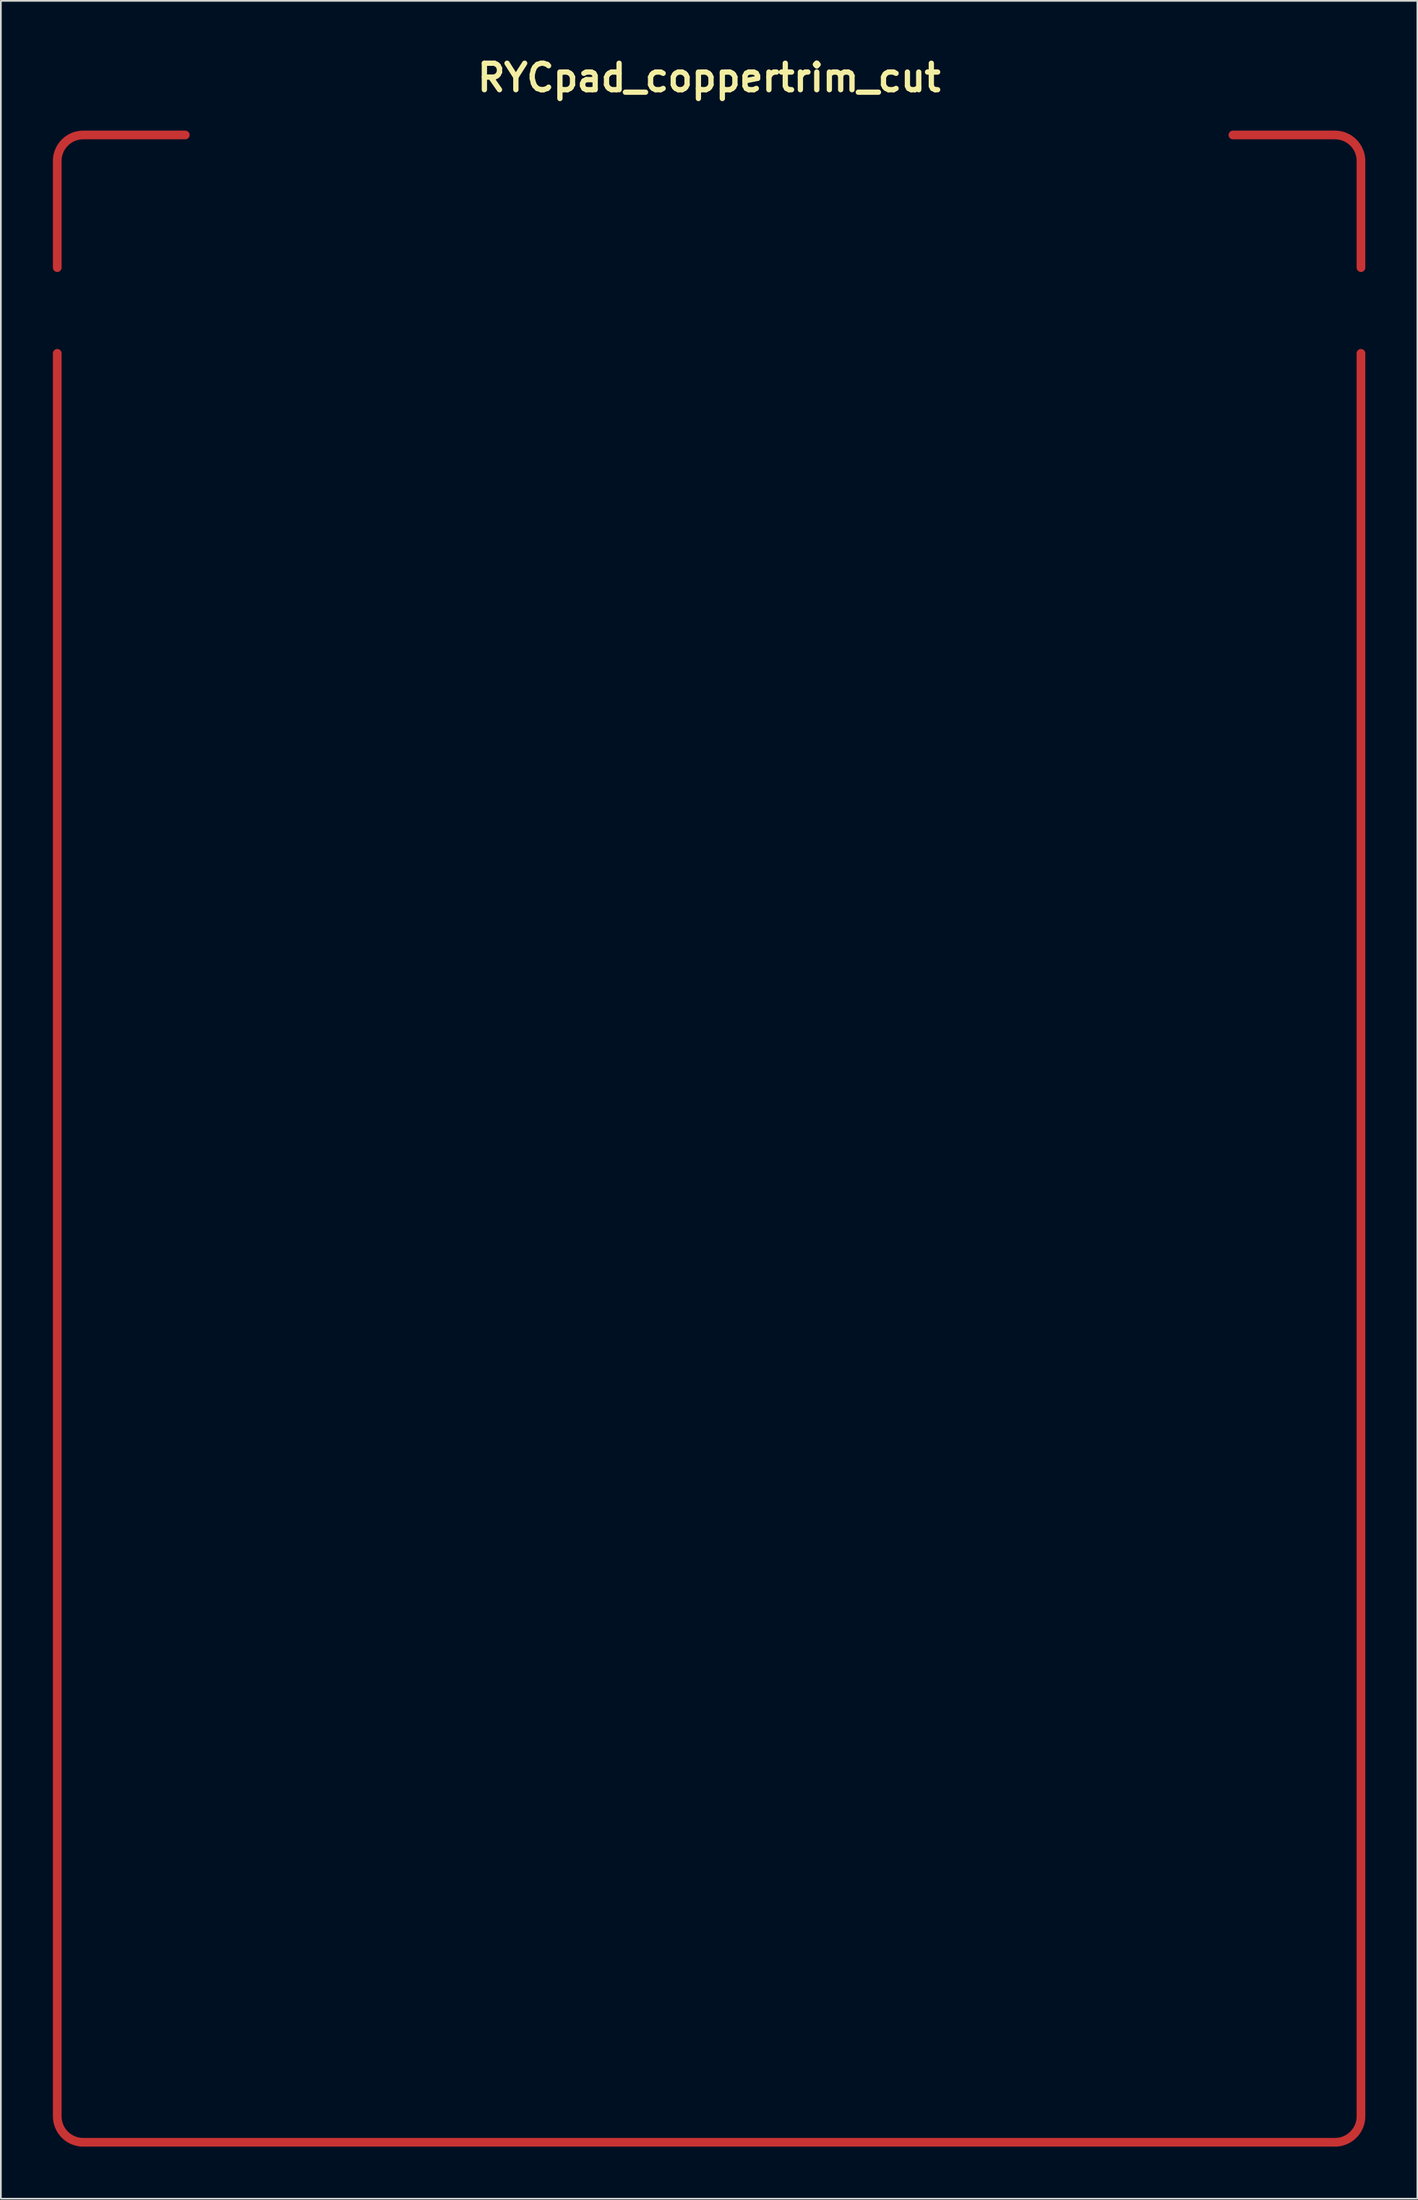
<source format=kicad_pcb>
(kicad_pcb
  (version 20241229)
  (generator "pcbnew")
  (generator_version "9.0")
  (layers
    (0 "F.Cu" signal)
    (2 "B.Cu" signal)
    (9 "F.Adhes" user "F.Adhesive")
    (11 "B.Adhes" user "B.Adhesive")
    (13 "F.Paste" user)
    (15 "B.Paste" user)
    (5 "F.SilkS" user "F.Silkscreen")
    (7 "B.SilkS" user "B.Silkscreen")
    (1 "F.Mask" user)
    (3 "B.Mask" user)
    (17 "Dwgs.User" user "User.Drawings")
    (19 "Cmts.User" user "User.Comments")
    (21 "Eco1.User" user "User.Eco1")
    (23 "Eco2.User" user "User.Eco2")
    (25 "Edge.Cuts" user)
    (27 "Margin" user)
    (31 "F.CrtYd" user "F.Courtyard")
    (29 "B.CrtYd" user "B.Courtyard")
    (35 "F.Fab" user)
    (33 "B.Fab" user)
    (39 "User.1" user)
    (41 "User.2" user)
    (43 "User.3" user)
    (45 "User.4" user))
  (footprint "RYCpad_coppertrim_cut"
    (layer "F.Cu")
    (at 37.825 62.54)
    (property "Reference" "RYCpad_coppertrim_cut" (at 0 -61.113 0) (layer "F.SilkS") (effects (font (size 1.524 1.524) (thickness 0.305))))
    (attr exclude_from_pos_files exclude_from_bom)
    (fp_poly (pts (xy -36.075 -58.065) (xy -36.1 -58.065) (xy -36.124 -58.064) (xy -36.149 -58.063) (xy -36.173 -58.062) (xy -36.198 -58.061) (xy -36.222 -58.059) (xy -36.247 -58.057) (xy -36.271 -58.054) (xy -36.295 -58.051) (xy -36.32 -58.048) (xy -36.344 -58.044) (xy -36.368 -58.04) (xy -36.392 -58.036) (xy -36.417 -58.031) (xy -36.442 -58.026) (xy -36.468 -58.02) (xy -36.494 -58.014) (xy -36.52 -58.008) (xy -36.545 -58.001) (xy -36.57 -57.994) (xy -36.596 -57.986) (xy -36.621 -57.978) (xy -36.646 -57.97) (xy -36.671 -57.961) (xy -36.696 -57.952) (xy -36.72 -57.942) (xy -36.745 -57.932) (xy -36.767 -57.923) (xy -36.79 -57.913) (xy -36.812 -57.903) (xy -36.834 -57.892) (xy -36.856 -57.881) (xy -36.878 -57.87) (xy -36.9 -57.859) (xy -36.922 -57.847) (xy -36.943 -57.835) (xy -36.964 -57.823) (xy -36.985 -57.81) (xy -37.006 -57.797) (xy -37.027 -57.784) (xy -37.047 -57.77) (xy -37.068 -57.757) (xy -37.088 -57.743) (xy -37.108 -57.728) (xy -37.128 -57.714) (xy -37.147 -57.699) (xy -37.166 -57.683) (xy -37.185 -57.668) (xy -37.204 -57.652) (xy -37.223 -57.636) (xy -37.241 -57.62) (xy -37.259 -57.603) (xy -37.277 -57.587) (xy -37.295 -57.57) (xy -37.313 -57.552) (xy -37.33 -57.535) (xy -37.347 -57.517) (xy -37.364 -57.499) (xy -37.38 -57.481) (xy -37.396 -57.463) (xy -37.412 -57.444) (xy -37.428 -57.425) (xy -37.443 -57.406) (xy -37.458 -57.387) (xy -37.473 -57.367) (xy -37.488 -57.348) (xy -37.502 -57.328) (xy -37.516 -57.308) (xy -37.53 -57.287) (xy -37.544 -57.267) (xy -37.557 -57.246) (xy -37.57 -57.225) (xy -37.582 -57.204) (xy -37.595 -57.183) (xy -37.607 -57.162) (xy -37.618 -57.14) (xy -37.63 -57.118) (xy -37.641 -57.097) (xy -37.652 -57.075) (xy -37.662 -57.052) (xy -37.672 -57.03) (xy -37.682 -57.008) (xy -37.692 -56.985) (xy -37.701 -56.962) (xy -37.71 -56.939) (xy -37.719 -56.916) (xy -37.727 -56.893) (xy -37.735 -56.87) (xy -37.743 -56.847) (xy -37.75 -56.823) (xy -37.757 -56.8) (xy -37.763 -56.776) (xy -37.77 -56.753) (xy -37.776 -56.729) (xy -37.781 -56.705) (xy -37.787 -56.681) (xy -37.792 -56.657) (xy -37.796 -56.633) (xy -37.801 -56.609) (xy -37.804 -56.584) (xy -37.808 -56.56) (xy -37.811 -56.536) (xy -37.814 -56.511) (xy -37.817 -56.487) (xy -37.819 -56.462) (xy -37.821 -56.438) (xy -37.822 -56.413) (xy -37.824 -56.389) (xy -37.825 -56.364) (xy -37.825 -56.34) (xy -37.825 -56.315) (xy -37.825 -50.174) (xy -37.825 -50.174) (xy -37.824 -50.149) (xy -37.82 -50.125) (xy -37.814 -50.101) (xy -37.806 -50.078) (xy -37.795 -50.056) (xy -37.783 -50.035) (xy -37.768 -50.015) (xy -37.751 -49.997) (xy -37.733 -49.98) (xy -37.714 -49.966) (xy -37.693 -49.953) (xy -37.67 -49.942) (xy -37.647 -49.934) (xy -37.623 -49.928) (xy -37.599 -49.925) (xy -37.575 -49.923) (xy -37.55 -49.925) (xy -37.526 -49.928) (xy -37.502 -49.934) (xy -37.479 -49.943) (xy -37.457 -49.953) (xy -37.436 -49.966) (xy -37.416 -49.98) (xy -37.398 -49.997) (xy -37.382 -50.015) (xy -37.367 -50.035) (xy -37.354 -50.056) (xy -37.344 -50.078) (xy -37.336 -50.101) (xy -37.33 -50.125) (xy -37.326 -50.149) (xy -37.325 -50.174) (xy -37.325 -56.315) (xy -37.325 -56.34) (xy -37.324 -56.364) (xy -37.323 -56.389) (xy -37.321 -56.413) (xy -37.319 -56.438) (xy -37.316 -56.462) (xy -37.313 -56.487) (xy -37.31 -56.511) (xy -37.306 -56.535) (xy -37.301 -56.559) (xy -37.296 -56.583) (xy -37.291 -56.607) (xy -37.285 -56.631) (xy -37.278 -56.655) (xy -37.271 -56.678) (xy -37.264 -56.702) (xy -37.256 -56.725) (xy -37.248 -56.748) (xy -37.239 -56.771) (xy -37.23 -56.794) (xy -37.22 -56.816) (xy -37.21 -56.839) (xy -37.2 -56.861) (xy -37.189 -56.883) (xy -37.178 -56.905) (xy -37.166 -56.926) (xy -37.154 -56.947) (xy -37.141 -56.968) (xy -37.128 -56.989) (xy -37.115 -57.01) (xy -37.101 -57.03) (xy -37.087 -57.05) (xy -37.072 -57.07) (xy -37.057 -57.089) (xy -37.042 -57.108) (xy -37.026 -57.127) (xy -37.01 -57.145) (xy -36.993 -57.164) (xy -36.976 -57.181) (xy -36.959 -57.199) (xy -36.942 -57.216) (xy -36.924 -57.233) (xy -36.906 -57.249) (xy -36.887 -57.266) (xy -36.868 -57.281) (xy -36.849 -57.297) (xy -36.83 -57.312) (xy -36.81 -57.326) (xy -36.79 -57.341) (xy -36.769 -57.354) (xy -36.749 -57.368) (xy -36.728 -57.381) (xy -36.707 -57.394) (xy -36.686 -57.406) (xy -36.664 -57.418) (xy -36.643 -57.429) (xy -36.621 -57.44) (xy -36.598 -57.451) (xy -36.576 -57.461) (xy -36.553 -57.47) (xy -36.531 -57.479) (xy -36.508 -57.488) (xy -36.485 -57.496) (xy -36.461 -57.504) (xy -36.438 -57.511) (xy -36.414 -57.518) (xy -36.391 -57.525) (xy -36.367 -57.531) (xy -36.343 -57.536) (xy -36.319 -57.541) (xy -36.295 -57.546) (xy -36.271 -57.55) (xy -36.246 -57.553) (xy -36.222 -57.556) (xy -36.197 -57.559) (xy -36.173 -57.561) (xy -36.149 -57.563) (xy -36.124 -57.564) (xy -36.1 -57.565) (xy -36.075 -57.565) (xy -30.194 -57.565) (xy -30.17 -57.567) (xy -30.145 -57.57) (xy -30.122 -57.576) (xy -30.098 -57.584) (xy -30.076 -57.595) (xy -30.055 -57.607) (xy -30.035 -57.622) (xy -30.017 -57.639) (xy -30.001 -57.657) (xy -29.986 -57.676) (xy -29.974 -57.698) (xy -29.963 -57.72) (xy -29.955 -57.743) (xy -29.949 -57.767) (xy -29.945 -57.791) (xy -29.944 -57.815) (xy -29.945 -57.84) (xy -29.949 -57.864) (xy -29.955 -57.888) (xy -29.963 -57.911) (xy -29.974 -57.933) (xy -29.986 -57.954) (xy -30.001 -57.974) (xy -30.017 -57.992) (xy -30.036 -58.008) (xy -30.055 -58.023) (xy -30.076 -58.036) (xy -30.099 -58.046) (xy -30.122 -58.054) (xy -30.145 -58.06) (xy -30.17 -58.064) (xy -30.194 -58.065) (xy -36.075 -58.065)) (stroke (width 0) (type solid)) (fill yes) (layer "F.Cu"))
    (fp_poly (pts (xy 30.194 -58.065) (xy 30.169 -58.064) (xy 30.145 -58.06) (xy 30.121 -58.054) (xy 30.098 -58.046) (xy 30.076 -58.036) (xy 30.055 -58.023) (xy 30.035 -58.008) (xy 30.017 -57.992) (xy 30.001 -57.974) (xy 29.986 -57.954) (xy 29.973 -57.933) (xy 29.963 -57.911) (xy 29.955 -57.888) (xy 29.949 -57.864) (xy 29.945 -57.839) (xy 29.944 -57.815) (xy 29.945 -57.79) (xy 29.949 -57.766) (xy 29.955 -57.742) (xy 29.963 -57.719) (xy 29.973 -57.697) (xy 29.986 -57.676) (xy 30.001 -57.657) (xy 30.017 -57.638) (xy 30.035 -57.622) (xy 30.055 -57.607) (xy 30.076 -57.595) (xy 30.098 -57.584) (xy 30.121 -57.576) (xy 30.145 -57.57) (xy 30.169 -57.567) (xy 30.194 -57.565) (xy 36.075 -57.565) (xy 36.099 -57.565) (xy 36.124 -57.564) (xy 36.148 -57.563) (xy 36.173 -57.561) (xy 36.197 -57.559) (xy 36.222 -57.556) (xy 36.246 -57.553) (xy 36.27 -57.55) (xy 36.294 -57.546) (xy 36.319 -57.541) (xy 36.343 -57.536) (xy 36.367 -57.531) (xy 36.39 -57.525) (xy 36.414 -57.518) (xy 36.438 -57.511) (xy 36.461 -57.504) (xy 36.484 -57.496) (xy 36.507 -57.488) (xy 36.53 -57.479) (xy 36.553 -57.47) (xy 36.576 -57.461) (xy 36.598 -57.451) (xy 36.62 -57.44) (xy 36.642 -57.429) (xy 36.664 -57.418) (xy 36.686 -57.406) (xy 36.707 -57.394) (xy 36.728 -57.381) (xy 36.749 -57.368) (xy 36.769 -57.354) (xy 36.789 -57.341) (xy 36.809 -57.326) (xy 36.829 -57.312) (xy 36.849 -57.297) (xy 36.868 -57.281) (xy 36.887 -57.266) (xy 36.905 -57.249) (xy 36.923 -57.233) (xy 36.941 -57.216) (xy 36.959 -57.199) (xy 36.976 -57.181) (xy 36.993 -57.164) (xy 37.009 -57.145) (xy 37.026 -57.127) (xy 37.041 -57.108) (xy 37.057 -57.089) (xy 37.072 -57.07) (xy 37.086 -57.05) (xy 37.101 -57.03) (xy 37.114 -57.01) (xy 37.128 -56.989) (xy 37.141 -56.968) (xy 37.153 -56.947) (xy 37.166 -56.926) (xy 37.177 -56.905) (xy 37.189 -56.883) (xy 37.2 -56.861) (xy 37.21 -56.839) (xy 37.22 -56.816) (xy 37.23 -56.794) (xy 37.239 -56.771) (xy 37.248 -56.748) (xy 37.256 -56.725) (xy 37.264 -56.702) (xy 37.271 -56.678) (xy 37.278 -56.655) (xy 37.284 -56.631) (xy 37.29 -56.607) (xy 37.296 -56.583) (xy 37.301 -56.559) (xy 37.305 -56.535) (xy 37.31 -56.511) (xy 37.313 -56.487) (xy 37.316 -56.462) (xy 37.319 -56.438) (xy 37.321 -56.413) (xy 37.323 -56.389) (xy 37.324 -56.364) (xy 37.324 -56.34) (xy 37.325 -56.315) (xy 37.325 -50.174) (xy 37.325 -50.174) (xy 37.326 -50.149) (xy 37.33 -50.125) (xy 37.336 -50.101) (xy 37.344 -50.078) (xy 37.355 -50.056) (xy 37.367 -50.035) (xy 37.382 -50.015) (xy 37.398 -49.997) (xy 37.416 -49.98) (xy 37.436 -49.966) (xy 37.457 -49.953) (xy 37.479 -49.943) (xy 37.502 -49.934) (xy 37.526 -49.928) (xy 37.55 -49.925) (xy 37.575 -49.923) (xy 37.599 -49.925) (xy 37.624 -49.928) (xy 37.647 -49.934) (xy 37.671 -49.942) (xy 37.693 -49.953) (xy 37.714 -49.966) (xy 37.734 -49.98) (xy 37.752 -49.997) (xy 37.768 -50.015) (xy 37.783 -50.035) (xy 37.795 -50.056) (xy 37.806 -50.078) (xy 37.814 -50.101) (xy 37.82 -50.125) (xy 37.824 -50.149) (xy 37.825 -50.174) (xy 37.825 -56.315) (xy 37.825 -56.34) (xy 37.824 -56.364) (xy 37.823 -56.389) (xy 37.822 -56.413) (xy 37.821 -56.438) (xy 37.819 -56.462) (xy 37.817 -56.487) (xy 37.814 -56.511) (xy 37.811 -56.536) (xy 37.808 -56.56) (xy 37.804 -56.584) (xy 37.8 -56.609) (xy 37.796 -56.633) (xy 37.791 -56.657) (xy 37.786 -56.681) (xy 37.781 -56.705) (xy 37.775 -56.729) (xy 37.769 -56.753) (xy 37.763 -56.776) (xy 37.757 -56.8) (xy 37.75 -56.823) (xy 37.742 -56.847) (xy 37.735 -56.87) (xy 37.727 -56.893) (xy 37.718 -56.916) (xy 37.71 -56.939) (xy 37.701 -56.962) (xy 37.692 -56.985) (xy 37.682 -57.008) (xy 37.672 -57.03) (xy 37.662 -57.052) (xy 37.651 -57.075) (xy 37.641 -57.097) (xy 37.63 -57.118) (xy 37.618 -57.14) (xy 37.606 -57.162) (xy 37.594 -57.183) (xy 37.582 -57.204) (xy 37.569 -57.225) (xy 37.557 -57.246) (xy 37.543 -57.267) (xy 37.53 -57.287) (xy 37.516 -57.308) (xy 37.502 -57.328) (xy 37.488 -57.348) (xy 37.473 -57.367) (xy 37.458 -57.387) (xy 37.443 -57.406) (xy 37.428 -57.425) (xy 37.412 -57.444) (xy 37.396 -57.463) (xy 37.38 -57.481) (xy 37.363 -57.499) (xy 37.347 -57.517) (xy 37.33 -57.535) (xy 37.312 -57.552) (xy 37.295 -57.57) (xy 37.277 -57.587) (xy 37.259 -57.603) (xy 37.241 -57.62) (xy 37.223 -57.636) (xy 37.204 -57.652) (xy 37.185 -57.668) (xy 37.166 -57.683) (xy 37.147 -57.699) (xy 37.127 -57.714) (xy 37.108 -57.728) (xy 37.088 -57.743) (xy 37.068 -57.757) (xy 37.047 -57.77) (xy 37.027 -57.784) (xy 37.006 -57.797) (xy 36.985 -57.81) (xy 36.964 -57.823) (xy 36.943 -57.835) (xy 36.921 -57.847) (xy 36.9 -57.859) (xy 36.878 -57.87) (xy 36.856 -57.881) (xy 36.834 -57.892) (xy 36.812 -57.903) (xy 36.79 -57.913) (xy 36.767 -57.923) (xy 36.744 -57.932) (xy 36.72 -57.942) (xy 36.695 -57.952) (xy 36.67 -57.961) (xy 36.646 -57.97) (xy 36.621 -57.978) (xy 36.595 -57.986) (xy 36.57 -57.994) (xy 36.545 -58.001) (xy 36.519 -58.008) (xy 36.494 -58.014) (xy 36.468 -58.02) (xy 36.442 -58.026) (xy 36.416 -58.031) (xy 36.392 -58.036) (xy 36.368 -58.04) (xy 36.344 -58.044) (xy 36.319 -58.048) (xy 36.295 -58.051) (xy 36.271 -58.054) (xy 36.246 -58.057) (xy 36.222 -58.059) (xy 36.197 -58.061) (xy 36.173 -58.062) (xy 36.148 -58.063) (xy 36.124 -58.064) (xy 36.099 -58.065) (xy 36.075 -58.065) (xy 30.194 -58.065)) (stroke (width 0) (type solid)) (fill yes) (layer "F.Cu"))
    (fp_poly (pts (xy -37.575 -45.485) (xy -37.599 -45.484) (xy -37.623 -45.48) (xy -37.647 -45.474) (xy -37.67 -45.466) (xy -37.693 -45.455) (xy -37.714 -45.443) (xy -37.733 -45.428) (xy -37.751 -45.412) (xy -37.768 -45.394) (xy -37.783 -45.374) (xy -37.795 -45.353) (xy -37.806 -45.331) (xy -37.814 -45.307) (xy -37.82 -45.284) (xy -37.824 -45.259) (xy -37.825 -45.235) (xy -37.825 -45.235) (xy -37.825 56.316) (xy -37.825 56.34) (xy -37.825 56.365) (xy -37.824 56.389) (xy -37.822 56.414) (xy -37.821 56.438) (xy -37.819 56.463) (xy -37.817 56.487) (xy -37.814 56.512) (xy -37.811 56.536) (xy -37.808 56.56) (xy -37.804 56.585) (xy -37.801 56.609) (xy -37.796 56.633) (xy -37.792 56.657) (xy -37.787 56.681) (xy -37.781 56.705) (xy -37.776 56.729) (xy -37.77 56.753) (xy -37.763 56.777) (xy -37.757 56.8) (xy -37.75 56.824) (xy -37.743 56.847) (xy -37.735 56.87) (xy -37.727 56.894) (xy -37.719 56.917) (xy -37.71 56.94) (xy -37.701 56.963) (xy -37.692 56.985) (xy -37.682 57.008) (xy -37.672 57.03) (xy -37.662 57.053) (xy -37.652 57.075) (xy -37.641 57.097) (xy -37.63 57.119) (xy -37.618 57.14) (xy -37.607 57.162) (xy -37.595 57.183) (xy -37.582 57.205) (xy -37.57 57.226) (xy -37.557 57.246) (xy -37.544 57.267) (xy -37.53 57.288) (xy -37.516 57.308) (xy -37.502 57.328) (xy -37.488 57.348) (xy -37.473 57.368) (xy -37.458 57.387) (xy -37.443 57.407) (xy -37.428 57.426) (xy -37.412 57.445) (xy -37.396 57.463) (xy -37.38 57.482) (xy -37.364 57.5) (xy -37.347 57.518) (xy -37.33 57.536) (xy -37.313 57.553) (xy -37.295 57.57) (xy -37.277 57.587) (xy -37.259 57.604) (xy -37.241 57.621) (xy -37.223 57.637) (xy -37.204 57.653) (xy -37.185 57.669) (xy -37.166 57.684) (xy -37.147 57.699) (xy -37.128 57.714) (xy -37.108 57.729) (xy -37.088 57.743) (xy -37.068 57.757) (xy -37.047 57.771) (xy -37.027 57.784) (xy -37.006 57.797) (xy -36.985 57.81) (xy -36.964 57.823) (xy -36.943 57.835) (xy -36.922 57.847) (xy -36.9 57.859) (xy -36.878 57.87) (xy -36.856 57.882) (xy -36.834 57.892) (xy -36.812 57.903) (xy -36.79 57.913) (xy -36.767 57.923) (xy -36.745 57.933) (xy -36.72 57.942) (xy -36.696 57.952) (xy -36.671 57.961) (xy -36.646 57.97) (xy -36.621 57.978) (xy -36.596 57.986) (xy -36.57 57.994) (xy -36.545 58.001) (xy -36.52 58.008) (xy -36.494 58.015) (xy -36.468 58.021) (xy -36.442 58.026) (xy -36.417 58.032) (xy -36.392 58.036) (xy -36.368 58.041) (xy -36.344 58.045) (xy -36.32 58.048) (xy -36.295 58.051) (xy -36.271 58.054) (xy -36.247 58.057) (xy -36.222 58.059) (xy -36.198 58.061) (xy -36.173 58.063) (xy -36.149 58.064) (xy -36.124 58.065) (xy -36.1 58.065) (xy -36.075 58.065) (xy 36.075 58.065) (xy 36.099 58.065) (xy 36.124 58.065) (xy 36.148 58.064) (xy 36.173 58.063) (xy 36.197 58.061) (xy 36.222 58.059) (xy 36.246 58.057) (xy 36.271 58.054) (xy 36.295 58.051) (xy 36.319 58.048) (xy 36.344 58.045) (xy 36.368 58.041) (xy 36.392 58.036) (xy 36.416 58.032) (xy 36.442 58.026) (xy 36.468 58.021) (xy 36.494 58.015) (xy 36.519 58.008) (xy 36.545 58.001) (xy 36.57 57.994) (xy 36.595 57.986) (xy 36.621 57.978) (xy 36.646 57.97) (xy 36.67 57.961) (xy 36.695 57.952) (xy 36.72 57.942) (xy 36.744 57.933) (xy 36.767 57.923) (xy 36.79 57.913) (xy 36.812 57.903) (xy 36.834 57.892) (xy 36.856 57.882) (xy 36.878 57.87) (xy 36.9 57.859) (xy 36.921 57.847) (xy 36.943 57.835) (xy 36.964 57.823) (xy 36.985 57.81) (xy 37.006 57.797) (xy 37.027 57.784) (xy 37.047 57.771) (xy 37.068 57.757) (xy 37.088 57.743) (xy 37.108 57.729) (xy 37.127 57.714) (xy 37.147 57.699) (xy 37.166 57.684) (xy 37.185 57.669) (xy 37.204 57.653) (xy 37.223 57.637) (xy 37.241 57.621) (xy 37.259 57.604) (xy 37.277 57.587) (xy 37.295 57.57) (xy 37.312 57.553) (xy 37.33 57.536) (xy 37.347 57.518) (xy 37.363 57.5) (xy 37.38 57.482) (xy 37.396 57.463) (xy 37.412 57.445) (xy 37.428 57.426) (xy 37.443 57.407) (xy 37.458 57.387) (xy 37.473 57.368) (xy 37.488 57.348) (xy 37.502 57.328) (xy 37.516 57.308) (xy 37.53 57.288) (xy 37.543 57.267) (xy 37.557 57.246) (xy 37.569 57.226) (xy 37.582 57.205) (xy 37.594 57.183) (xy 37.606 57.162) (xy 37.618 57.14) (xy 37.63 57.119) (xy 37.641 57.097) (xy 37.651 57.075) (xy 37.662 57.053) (xy 37.672 57.03) (xy 37.682 57.008) (xy 37.692 56.985) (xy 37.701 56.963) (xy 37.71 56.94) (xy 37.718 56.917) (xy 37.727 56.894) (xy 37.735 56.87) (xy 37.742 56.847) (xy 37.75 56.824) (xy 37.757 56.8) (xy 37.763 56.777) (xy 37.769 56.753) (xy 37.775 56.729) (xy 37.781 56.705) (xy 37.786 56.681) (xy 37.791 56.657) (xy 37.796 56.633) (xy 37.8 56.609) (xy 37.804 56.585) (xy 37.808 56.56) (xy 37.811 56.536) (xy 37.814 56.512) (xy 37.817 56.487) (xy 37.819 56.463) (xy 37.821 56.438) (xy 37.822 56.414) (xy 37.823 56.389) (xy 37.824 56.365) (xy 37.825 56.34) (xy 37.825 56.316) (xy 37.825 -45.235) (xy 37.824 -45.259) (xy 37.82 -45.284) (xy 37.814 -45.307) (xy 37.806 -45.331) (xy 37.795 -45.353) (xy 37.783 -45.374) (xy 37.768 -45.394) (xy 37.752 -45.412) (xy 37.734 -45.428) (xy 37.714 -45.443) (xy 37.693 -45.455) (xy 37.671 -45.466) (xy 37.647 -45.474) (xy 37.624 -45.48) (xy 37.599 -45.484) (xy 37.575 -45.485) (xy 37.55 -45.484) (xy 37.526 -45.48) (xy 37.502 -45.474) (xy 37.479 -45.466) (xy 37.457 -45.455) (xy 37.436 -45.443) (xy 37.416 -45.428) (xy 37.398 -45.412) (xy 37.382 -45.393) (xy 37.367 -45.374) (xy 37.355 -45.353) (xy 37.344 -45.33) (xy 37.336 -45.307) (xy 37.33 -45.284) (xy 37.326 -45.259) (xy 37.325 -45.235) (xy 37.325 -45.235) (xy 37.325 56.316) (xy 37.324 56.34) (xy 37.324 56.365) (xy 37.323 56.389) (xy 37.321 56.414) (xy 37.319 56.438) (xy 37.316 56.463) (xy 37.313 56.487) (xy 37.31 56.511) (xy 37.305 56.535) (xy 37.301 56.559) (xy 37.296 56.584) (xy 37.29 56.607) (xy 37.284 56.631) (xy 37.278 56.655) (xy 37.271 56.679) (xy 37.264 56.702) (xy 37.256 56.725) (xy 37.248 56.748) (xy 37.239 56.771) (xy 37.23 56.794) (xy 37.22 56.817) (xy 37.21 56.839) (xy 37.2 56.861) (xy 37.189 56.883) (xy 37.177 56.905) (xy 37.166 56.926) (xy 37.153 56.948) (xy 37.141 56.969) (xy 37.128 56.99) (xy 37.114 57.01) (xy 37.101 57.03) (xy 37.086 57.05) (xy 37.072 57.07) (xy 37.057 57.089) (xy 37.041 57.108) (xy 37.026 57.127) (xy 37.009 57.146) (xy 36.993 57.164) (xy 36.976 57.182) (xy 36.959 57.199) (xy 36.941 57.216) (xy 36.923 57.233) (xy 36.905 57.25) (xy 36.887 57.266) (xy 36.868 57.282) (xy 36.849 57.297) (xy 36.829 57.312) (xy 36.809 57.327) (xy 36.789 57.341) (xy 36.769 57.355) (xy 36.749 57.368) (xy 36.728 57.381) (xy 36.707 57.394) (xy 36.686 57.406) (xy 36.664 57.418) (xy 36.642 57.429) (xy 36.62 57.44) (xy 36.598 57.451) (xy 36.576 57.461) (xy 36.553 57.471) (xy 36.53 57.48) (xy 36.507 57.488) (xy 36.484 57.497) (xy 36.461 57.504) (xy 36.438 57.512) (xy 36.414 57.519) (xy 36.39 57.525) (xy 36.367 57.531) (xy 36.343 57.536) (xy 36.319 57.541) (xy 36.294 57.546) (xy 36.27 57.55) (xy 36.246 57.554) (xy 36.222 57.557) (xy 36.197 57.559) (xy 36.173 57.562) (xy 36.148 57.563) (xy 36.124 57.565) (xy 36.099 57.565) (xy 36.075 57.566) (xy -36.075 57.566) (xy -36.1 57.565) (xy -36.124 57.565) (xy -36.149 57.563) (xy -36.173 57.562) (xy -36.197 57.559) (xy -36.222 57.557) (xy -36.246 57.554) (xy -36.271 57.55) (xy -36.295 57.546) (xy -36.319 57.541) (xy -36.343 57.536) (xy -36.367 57.531) (xy -36.391 57.525) (xy -36.414 57.519) (xy -36.438 57.512) (xy -36.461 57.504) (xy -36.485 57.497) (xy -36.508 57.488) (xy -36.531 57.48) (xy -36.553 57.471) (xy -36.576 57.461) (xy -36.598 57.451) (xy -36.621 57.44) (xy -36.643 57.429) (xy -36.664 57.418) (xy -36.686 57.406) (xy -36.707 57.394) (xy -36.728 57.381) (xy -36.749 57.368) (xy -36.769 57.355) (xy -36.79 57.341) (xy -36.81 57.327) (xy -36.83 57.312) (xy -36.849 57.297) (xy -36.868 57.282) (xy -36.887 57.266) (xy -36.906 57.25) (xy -36.924 57.233) (xy -36.942 57.216) (xy -36.959 57.199) (xy -36.976 57.182) (xy -36.993 57.164) (xy -37.01 57.146) (xy -37.026 57.127) (xy -37.042 57.108) (xy -37.057 57.089) (xy -37.072 57.07) (xy -37.087 57.05) (xy -37.101 57.03) (xy -37.115 57.01) (xy -37.128 56.99) (xy -37.141 56.969) (xy -37.154 56.948) (xy -37.166 56.926) (xy -37.178 56.905) (xy -37.189 56.883) (xy -37.2 56.861) (xy -37.21 56.839) (xy -37.22 56.817) (xy -37.23 56.794) (xy -37.239 56.771) (xy -37.248 56.748) (xy -37.256 56.725) (xy -37.264 56.702) (xy -37.271 56.679) (xy -37.278 56.655) (xy -37.285 56.631) (xy -37.291 56.607) (xy -37.296 56.584) (xy -37.301 56.559) (xy -37.306 56.535) (xy -37.31 56.511) (xy -37.313 56.487) (xy -37.316 56.463) (xy -37.319 56.438) (xy -37.321 56.414) (xy -37.323 56.389) (xy -37.324 56.365) (xy -37.325 56.34) (xy -37.325 56.316) (xy -37.325 -45.235) (xy -37.326 -45.259) (xy -37.33 -45.284) (xy -37.336 -45.307) (xy -37.344 -45.33) (xy -37.354 -45.353) (xy -37.367 -45.374) (xy -37.382 -45.393) (xy -37.398 -45.412) (xy -37.416 -45.428) (xy -37.436 -45.443) (xy -37.457 -45.455) (xy -37.479 -45.466) (xy -37.502 -45.474) (xy -37.526 -45.48) (xy -37.55 -45.484) (xy -37.575 -45.485)) (stroke (width 0) (type solid)) (fill yes) (layer "F.Cu")))
  (gr_rect
    (start -3 -3)
    (end 78.65 123.605)
    (stroke (width 0.1) (type default))
    (fill no)
    (layer "Edge.Cuts")))
</source>
